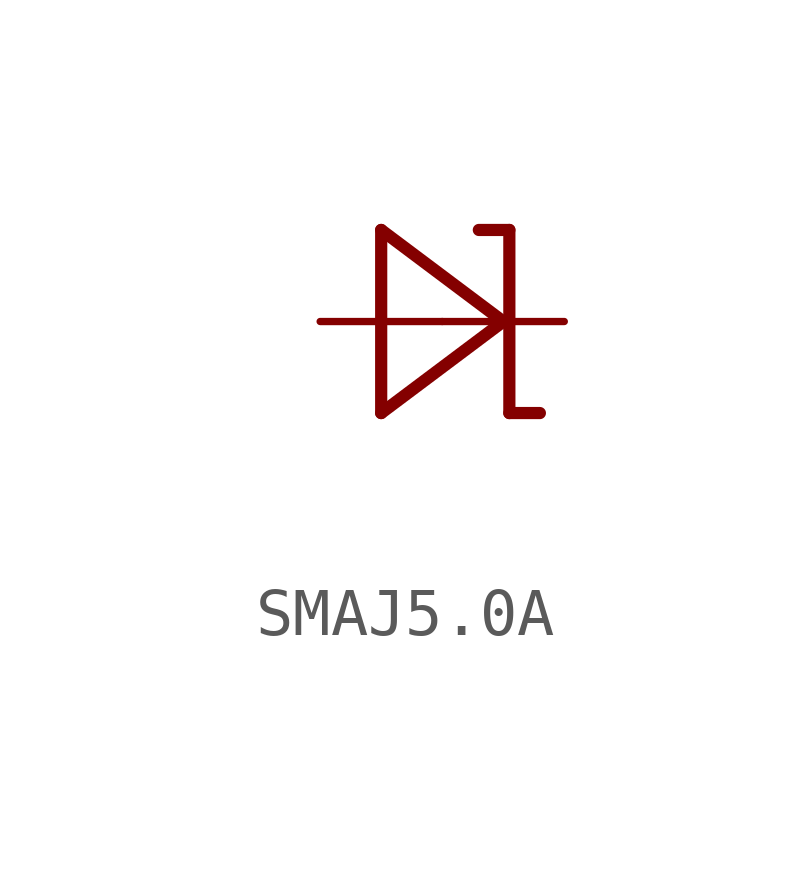
<source format=kicad_sym>
(kicad_symbol_lib
  (version 20220914)
  (generator kicad_symbol_editor)
  (symbol "SMAJ5.0A"
    (property "Reference" ""
      (at -2.946 2.642 0)
      (effects (font (size 1.778 1.511)) (justify left bottom) hide))
    (property "Value" ""
      (at -4.47 -4.496 0)
      (effects (font (size 1.778 1.511)) (justify left bottom)))
    (property "ki_locked" ""
      (at 0 0 0)
      (effects (font (size 1.27 1.27))))
    (symbol "SMAJ5.0A_1_0"
      (polyline (pts (xy -1.27 -1.905) (xy 1.27 0)) (stroke (width 0.254) (type solid)) (fill (type none)))
      (polyline (pts (xy -1.27 1.905) (xy -1.27 -1.905)) (stroke (width 0.254) (type solid)) (fill (type none)))
      (polyline (pts (xy 1.27 0) (xy -1.27 1.905)) (stroke (width 0.254) (type solid)) (fill (type none)))
      (polyline (pts (xy 1.397 -1.905) (xy 2.032 -1.905)) (stroke (width 0.254) (type solid)) (fill (type none)))
      (polyline (pts (xy 1.397 1.905) (xy 0.762 1.905)) (stroke (width 0.254) (type solid)) (fill (type none)))
      (polyline (pts (xy 1.397 1.905) (xy 1.397 -1.905)) (stroke (width 0.254) (type solid)) (fill (type none)))
      (pin passive line (at -2.54 0 0) (length 2.54) (name "A" (effects (font (size 0 0)))) (number "A" (effects (font (size 0 0)))))
      (pin passive line (at 2.54 0 180) (length 2.54) (name "C" (effects (font (size 0 0)))) (number "K" (effects (font (size 0 0))))))))
</source>
